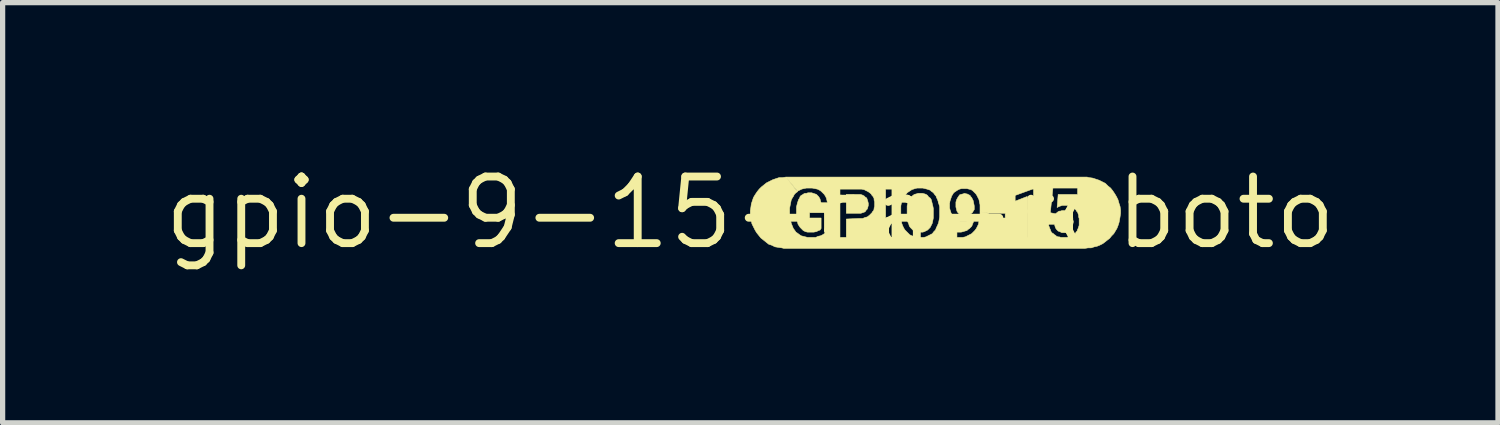
<source format=kicad_pcb>
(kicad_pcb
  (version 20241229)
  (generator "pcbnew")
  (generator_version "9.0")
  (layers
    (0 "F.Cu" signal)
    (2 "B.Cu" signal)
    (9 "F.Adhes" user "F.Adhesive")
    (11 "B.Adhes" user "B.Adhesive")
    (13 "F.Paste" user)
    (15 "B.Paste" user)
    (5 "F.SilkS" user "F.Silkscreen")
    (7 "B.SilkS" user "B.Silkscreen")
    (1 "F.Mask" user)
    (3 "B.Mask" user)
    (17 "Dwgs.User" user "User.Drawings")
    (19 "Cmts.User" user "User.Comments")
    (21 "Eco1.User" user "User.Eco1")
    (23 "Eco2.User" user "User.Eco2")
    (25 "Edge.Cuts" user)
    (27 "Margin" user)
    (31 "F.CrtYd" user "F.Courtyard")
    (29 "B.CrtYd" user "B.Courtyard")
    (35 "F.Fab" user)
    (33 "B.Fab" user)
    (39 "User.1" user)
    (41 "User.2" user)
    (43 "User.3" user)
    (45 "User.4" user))
  (footprint "gpio-9-15-ca-roboto"
    (layer "F.Cu")
    (at 11.256 1.006)
    (property "Reference" "gpio-9-15-ca-roboto" (at 0 0 0) (layer "F.SilkS") (effects (font (size 1.27 1.27) (thickness 0.15))))
    (attr board_only exclude_from_pos_files exclude_from_bom)
    (fp_poly (pts (xy 1.83 0.01) (xy 2.05 0.01) (xy 2.08 0.01) (xy 2.11 0.01) (xy 2.14 0) (xy 2.17 -0.01) (xy 2.19 -0.02) (xy 2.21 -0.05) (xy 2.23 -0.07) (xy 2.24 -0.1) (xy 2.25 -0.14) (xy 2.25 -0.18) (xy 2.24 -0.22) (xy 2.23 -0.25) (xy 2.22 -0.28) (xy 2.19 -0.3) (xy 2.17 -0.32) (xy 2.13 -0.34) (xy 2.09 -0.35) (xy 2.05 -0.35) (xy 1.83 -0.35) (xy 1.83 0.01)) (stroke (width 0.01) (type solid)) (fill yes) (layer "F.SilkS"))
    (fp_poly (pts (xy 4.08 0.07) (xy 4.11 0.07) (xy 4.14 0.06) (xy 4.17 0.05) (xy 4.19 0.03) (xy 4.22 0.01) (xy 4.24 -0.01) (xy 4.25 -0.03) (xy 4.27 -0.06) (xy 4.27 -0.13) (xy 4.26 -0.18) (xy 4.25 -0.23) (xy 4.23 -0.27) (xy 4.22 -0.29) (xy 4.2 -0.31) (xy 4.19 -0.33) (xy 4.17 -0.34) (xy 4.15 -0.35) (xy 4.13 -0.36) (xy 4.11 -0.36) (xy 4.09 -0.37) (xy 4.06 -0.36) (xy 4.02 -0.35) (xy 3.99 -0.34) (xy 3.97 -0.31) (xy 3.95 -0.28) (xy 3.93 -0.24) (xy 3.92 -0.2) (xy 3.92 -0.16) (xy 3.92 -0.11) (xy 3.93 -0.07) (xy 3.94 -0.03) (xy 3.96 0) (xy 3.99 0.03) (xy 4.02 0.05) (xy 4.05 0.06) (xy 4.08 0.07)) (stroke (width 0.01) (type solid)) (fill yes) (layer "F.SilkS"))
    (fp_poly (pts (xy 3.49 -0.03) (xy 3.49 -0.08) (xy 3.48 -0.13) (xy 3.47 -0.17) (xy 3.46 -0.21) (xy 3.45 -0.25) (xy 3.43 -0.28) (xy 3.4 -0.3) (xy 3.38 -0.33) (xy 3.35 -0.35) (xy 3.32 -0.36) (xy 3.28 -0.37) (xy 3.24 -0.37) (xy 3.2 -0.37) (xy 3.17 -0.36) (xy 3.13 -0.35) (xy 3.1 -0.33) (xy 3.08 -0.31) (xy 3.06 -0.29) (xy 3.04 -0.26) (xy 3.03 -0.24) (xy 3.01 -0.2) (xy 3 -0.17) (xy 2.99 -0.13) (xy 2.99 -0.09) (xy 2.99 -0.05) (xy 2.99 0.05) (xy 2.99 0.09) (xy 3 0.13) (xy 3 0.17) (xy 3.02 0.21) (xy 3.03 0.25) (xy 3.05 0.28) (xy 3.08 0.31) (xy 3.11 0.34) (xy 3.15 0.36) (xy 3.19 0.37) (xy 3.22 0.37) (xy 3.24 0.37) (xy 3.27 0.37) (xy 3.29 0.37) (xy 3.32 0.36) (xy 3.34 0.35) (xy 3.36 0.34) (xy 3.38 0.33) (xy 3.4 0.31) (xy 3.43 0.28) (xy 3.45 0.24) (xy 3.47 0.2) (xy 3.48 0.15) (xy 3.49 0.1) (xy 3.49 0.05) (xy 3.49 -0.03)) (stroke (width 0.01) (type solid)) (fill yes) (layer "F.SilkS"))
    (fp_poly (pts (xy 0.68 -0.68) (xy 0.61 -0.67) (xy 0.55 -0.67) (xy 0.49 -0.65) (xy 0.43 -0.63) (xy 0.37 -0.6) (xy 0.31 -0.57) (xy 0.26 -0.53) (xy 0.21 -0.49) (xy 0.17 -0.45) (xy 0.13 -0.4) (xy 0.09 -0.34) (xy 0.06 -0.29) (xy 0.04 -0.23) (xy 0.02 -0.17) (xy 0.01 -0.1) (xy 0 -0.04) (xy 0 0.02) (xy 0.01 0.09) (xy 0.02 0.15) (xy 0.03 0.21) (xy 0.06 0.27) (xy 0.09 0.33) (xy 0.12 0.38) (xy 0.16 0.43) (xy 0.2 0.48) (xy 0.25 0.52) (xy 0.3 0.56) (xy 0.35 0.6) (xy 0.41 0.62) (xy 0.47 0.65) (xy 0.53 0.66) (xy 0.6 0.67) (xy 0.64 0.68) (xy 0.68 0.68) (xy 6.38 0.68) (xy 6.44 0.67) (xy 6.5 0.67) (xy 6.56 0.65) (xy 6.61 0.64) (xy 6.66 0.62) (xy 6.72 0.59) (xy 6.76 0.56) (xy 6.81 0.52) (xy 6.85 0.49) (xy 6.89 0.44) (xy 6.93 0.4) (xy 6.96 0.35) (xy 6.99 0.3) (xy 7.01 0.25) (xy 7.03 0.19) (xy 7.04 0.14) (xy 7.05 0.08) (xy 7.06 0.01) (xy 7.06 -0.05) (xy 7.05 -0.12) (xy 7.03 -0.18) (xy 7.01 -0.25) (xy 6.98 -0.31) (xy 6.95 -0.36) (xy 6.91 -0.42) (xy 6.87 -0.47) (xy 6.82 -0.51) (xy 6.77 -0.56) (xy 6.71 -0.59) (xy 6.65 -0.62) (xy 6.59 -0.64) (xy 6.53 -0.66) (xy 6.46 -0.67) (xy 6.42 -0.68) (xy 6.38 -0.68) (xy 6.24 -0.47) (xy 6.24 -0.35) (xy 5.87 -0.35) (xy 5.85 -0.1) (xy 5.87 -0.11) (xy 5.89 -0.12) (xy 5.92 -0.13) (xy 5.95 -0.14) (xy 5.97 -0.14) (xy 6 -0.14) (xy 6.03 -0.14) (xy 6.06 -0.14) (xy 6.09 -0.13) (xy 6.11 -0.12) (xy 6.13 -0.11) (xy 6.15 -0.1) (xy 6.17 -0.09) (xy 6.19 -0.07) (xy 6.21 -0.05) (xy 6.22 -0.03) (xy 6.24 -0.01) (xy 6.25 0.02) (xy 6.26 0.05) (xy 6.26 0.08) (xy 6.27 0.11) (xy 6.27 0.14) (xy 6.27 0.18) (xy 6.27 0.21) (xy 6.27 0.24) (xy 6.26 0.27) (xy 6.25 0.3) (xy 6.24 0.32) (xy 6.23 0.35) (xy 6.21 0.37) (xy 6.2 0.39) (xy 6.18 0.41) (xy 6.16 0.42) (xy 6.14 0.44) (xy 6.12 0.45) (xy 6.09 0.46) (xy 6.07 0.46) (xy 6.04 0.47) (xy 6.01 0.47) (xy 5.98 0.47) (xy 5.95 0.47) (xy 5.92 0.47) (xy 5.89 0.46) (xy 5.87 0.46) (xy 5.84 0.45) (xy 5.82 0.43) (xy 5.8 0.42) (xy 5.78 0.4) (xy 5.76 0.39) (xy 5.74 0.37) (xy 5.73 0.35) (xy 5.72 0.32) (xy 5.71 0.3) (xy 5.7 0.27) (xy 5.69 0.25) (xy 5.69 0.22) (xy 5.8 0.22) (xy 5.81 0.26) (xy 5.82 0.29) (xy 5.84 0.32) (xy 5.87 0.35) (xy 5.9 0.36) (xy 5.94 0.38) (xy 5.98 0.38) (xy 6.02 0.38) (xy 6.05 0.37) (xy 6.08 0.35) (xy 6.11 0.32) (xy 6.13 0.29) (xy 6.14 0.26) (xy 6.15 0.22) (xy 6.16 0.17) (xy 6.15 0.13) (xy 6.15 0.1) (xy 6.14 0.07) (xy 6.13 0.05) (xy 6.11 0.03) (xy 6.1 0.01) (xy 6.07 -0.01) (xy 6.05 -0.02) (xy 6.03 -0.03) (xy 6 -0.04) (xy 5.97 -0.04) (xy 5.94 -0.04) (xy 5.91 -0.03) (xy 5.89 -0.03) (xy 5.87 -0.02) (xy 5.82 0.02) (xy 5.72 0) (xy 5.77 -0.47) (xy 6.24 -0.47) (xy 6.38 -0.68) (xy 0.68 -0.68) (xy 0.9 -0.41) (xy 0.94 -0.43) (xy 0.98 -0.45) (xy 1.02 -0.46) (xy 1.07 -0.47) (xy 1.12 -0.47) (xy 1.18 -0.47) (xy 1.23 -0.46) (xy 1.28 -0.45) (xy 1.32 -0.43) (xy 1.35 -0.41) (xy 1.38 -0.38) (xy 1.41 -0.35) (xy 1.43 -0.32) (xy 1.45 -0.28) (xy 1.46 -0.24) (xy 1.47 -0.19) (xy 1.35 -0.19) (xy 1.34 -0.22) (xy 1.33 -0.26) (xy 1.32 -0.28) (xy 1.3 -0.31) (xy 1.28 -0.33) (xy 1.26 -0.35) (xy 1.23 -0.36) (xy 1.2 -0.37) (xy 1.17 -0.38) (xy 1.14 -0.38) (xy 1.1 -0.38) (xy 1.07 -0.37) (xy 1.04 -0.37) (xy 1.02 -0.36) (xy 0.99 -0.34) (xy 0.97 -0.33) (xy 0.95 -0.31) (xy 0.94 -0.28) (xy 0.92 -0.25) (xy 0.91 -0.22) (xy 0.9 -0.19) (xy 0.89 -0.15) (xy 0.88 -0.11) (xy 0.88 -0.07) (xy 0.88 0.06) (xy 0.88 0.1) (xy 0.89 0.14) (xy 0.9 0.18) (xy 0.91 0.22) (xy 0.93 0.25) (xy 0.95 0.28) (xy 0.98 0.31) (xy 1.01 0.34) (xy 1.05 0.36) (xy 1.09 0.37) (xy 1.14 0.37) (xy 1.21 0.37) (xy 1.26 0.36) (xy 1.28 0.35) (xy 1.3 0.34) (xy 1.33 0.33) (xy 1.35 0.3) (xy 1.35 0.1) (xy 1.13 0.1) (xy 1.13 0) (xy 1.47 0) (xy 1.47 0.34) (xy 1.71 0.47) (xy 1.71 -0.45) (xy 2.05 -0.45) (xy 2.12 -0.45) (xy 2.17 -0.44) (xy 2.21 -0.42) (xy 2.25 -0.4) (xy 2.29 -0.37) (xy 2.31 -0.35) (xy 2.32 -0.33) (xy 2.34 -0.31) (xy 2.58 -0.45) (xy 2.7 -0.45) (xy 2.95 -0.32) (xy 2.97 -0.35) (xy 2.99 -0.38) (xy 3.02 -0.4) (xy 3.05 -0.42) (xy 3.08 -0.44) (xy 3.11 -0.45) (xy 3.14 -0.46) (xy 3.18 -0.47) (xy 3.22 -0.47) (xy 3.26 -0.47) (xy 3.29 -0.47) (xy 3.33 -0.46) (xy 3.37 -0.45) (xy 3.4 -0.44) (xy 3.43 -0.43) (xy 3.45 -0.41) (xy 3.48 -0.39) (xy 3.5 -0.37) (xy 3.52 -0.34) (xy 3.54 -0.32) (xy 3.55 -0.29) (xy 3.57 -0.25) (xy 3.58 -0.22) (xy 3.59 -0.18) (xy 3.6 -0.15) (xy 3.61 -0.11) (xy 3.8 -0.12) (xy 3.8 -0.16) (xy 3.8 -0.19) (xy 3.81 -0.23) (xy 3.82 -0.26) (xy 3.83 -0.29) (xy 3.84 -0.32) (xy 3.86 -0.35) (xy 3.87 -0.37) (xy 3.89 -0.39) (xy 3.92 -0.41) (xy 3.95 -0.43) (xy 3.99 -0.45) (xy 4.03 -0.46) (xy 4.08 -0.46) (xy 4.13 -0.46) (xy 4.17 -0.45) (xy 4.21 -0.44) (xy 4.24 -0.42) (xy 4.27 -0.39) (xy 4.3 -0.36) (xy 4.32 -0.33) (xy 4.34 -0.29) (xy 4.36 -0.25) (xy 4.37 -0.2) (xy 4.38 -0.15) (xy 4.38 -0.1) (xy 4.38 -0.02) (xy 4.55 0.01) (xy 4.86 0.01) (xy 5.05 -0.22) (xy 5.05 -0.33) (xy 5.38 -0.45) (xy 5.4 -0.45) (xy 5.4 0.47) (xy 5.28 0.47) (xy 5.28 -0.31) (xy 5.05 -0.22) (xy 4.86 0.01) (xy 4.86 0.1) (xy 4.54 0.1) (xy 4.54 0.01) (xy 4.38 -0.02) (xy 4.38 0.05) (xy 4.37 0.11) (xy 4.36 0.16) (xy 4.35 0.22) (xy 4.33 0.26) (xy 4.31 0.3) (xy 4.28 0.34) (xy 4.25 0.37) (xy 4.22 0.4) (xy 4.18 0.42) (xy 4.14 0.44) (xy 4.1 0.46) (xy 4.05 0.47) (xy 4 0.47) (xy 3.94 0.47) (xy 3.94 0.37) (xy 3.98 0.37) (xy 4.02 0.37) (xy 4.06 0.36) (xy 4.09 0.35) (xy 4.13 0.34) (xy 4.15 0.32) (xy 4.18 0.3) (xy 4.2 0.28) (xy 4.22 0.26) (xy 4.23 0.24) (xy 4.24 0.21) (xy 4.25 0.19) (xy 4.26 0.13) (xy 4.27 0.07) (xy 4.24 0.09) (xy 4.22 0.11) (xy 4.19 0.13) (xy 4.16 0.14) (xy 4.14 0.15) (xy 4.12 0.16) (xy 4.09 0.16) (xy 4.06 0.16) (xy 4.03 0.16) (xy 4 0.16) (xy 3.97 0.15) (xy 3.95 0.14) (xy 3.92 0.12) (xy 3.9 0.11) (xy 3.88 0.09) (xy 3.86 0.07) (xy 3.85 0.04) (xy 3.83 0.01) (xy 3.82 -0.02) (xy 3.81 -0.05) (xy 3.8 -0.09) (xy 3.8 -0.12) (xy 3.61 -0.11) (xy 3.61 -0.07) (xy 3.61 0.03) (xy 3.61 0.08) (xy 3.6 0.14) (xy 3.59 0.19) (xy 3.57 0.24) (xy 3.55 0.28) (xy 3.53 0.33) (xy 3.5 0.36) (xy 3.47 0.4) (xy 3.43 0.42) (xy 3.39 0.44) (xy 3.35 0.46) (xy 3.31 0.47) (xy 3.26 0.47) (xy 3.21 0.47) (xy 3.16 0.47) (xy 3.12 0.45) (xy 3.08 0.44) (xy 3.04 0.42) (xy 3.01 0.39) (xy 2.98 0.36) (xy 2.95 0.33) (xy 2.93 0.3) (xy 2.91 0.26) (xy 2.89 0.21) (xy 2.88 0.16) (xy 2.87 0.11) (xy 2.87 0.05) (xy 2.87 -0.03) (xy 2.87 -0.08) (xy 2.87 -0.13) (xy 2.88 -0.18) (xy 2.89 -0.22) (xy 2.91 -0.26) (xy 2.93 -0.29) (xy 2.95 -0.32) (xy 2.7 -0.45) (xy 2.7 0.47) (xy 2.58 0.47) (xy 2.58 -0.45) (xy 2.34 -0.31) (xy 2.35 -0.29) (xy 2.36 -0.27) (xy 2.36 -0.24) (xy 2.37 -0.21) (xy 2.37 -0.18) (xy 2.37 -0.15) (xy 2.37 -0.12) (xy 2.36 -0.09) (xy 2.36 -0.07) (xy 2.35 -0.04) (xy 2.33 -0.02) (xy 2.32 0) (xy 2.3 0.02) (xy 2.27 0.05) (xy 2.23 0.08) (xy 2.19 0.09) (xy 2.14 0.11) (xy 2.1 0.11) (xy 2.06 0.11) (xy 1.83 0.12) (xy 1.83 0.47) (xy 1.71 0.47) (xy 1.47 0.34) (xy 1.44 0.37) (xy 1.41 0.4) (xy 1.38 0.42) (xy 1.34 0.44) (xy 1.29 0.45) (xy 1.25 0.47) (xy 1.19 0.47) (xy 1.14 0.47) (xy 1.09 0.47) (xy 1.05 0.46) (xy 1.01 0.45) (xy 0.97 0.44) (xy 0.94 0.42) (xy 0.9 0.39) (xy 0.87 0.37) (xy 0.85 0.34) (xy 0.82 0.3) (xy 0.8 0.25) (xy 0.78 0.2) (xy 0.77 0.15) (xy 0.76 0.1) (xy 0.75 0.04) (xy 0.75 -0.05) (xy 0.75 -0.09) (xy 0.76 -0.14) (xy 0.77 -0.19) (xy 0.78 -0.24) (xy 0.8 -0.28) (xy 0.82 -0.31) (xy 0.84 -0.35) (xy 0.87 -0.38) (xy 0.9 -0.4) (xy 0.68 -0.68)) (stroke (width 0.01) (type solid)) (fill yes) (layer "F.SilkS")))
  (gr_rect
    (start -3 -3)
    (end 25.512 5.012)
    (stroke (width 0.1) (type default))
    (fill no)
    (layer "Edge.Cuts")))
</source>
